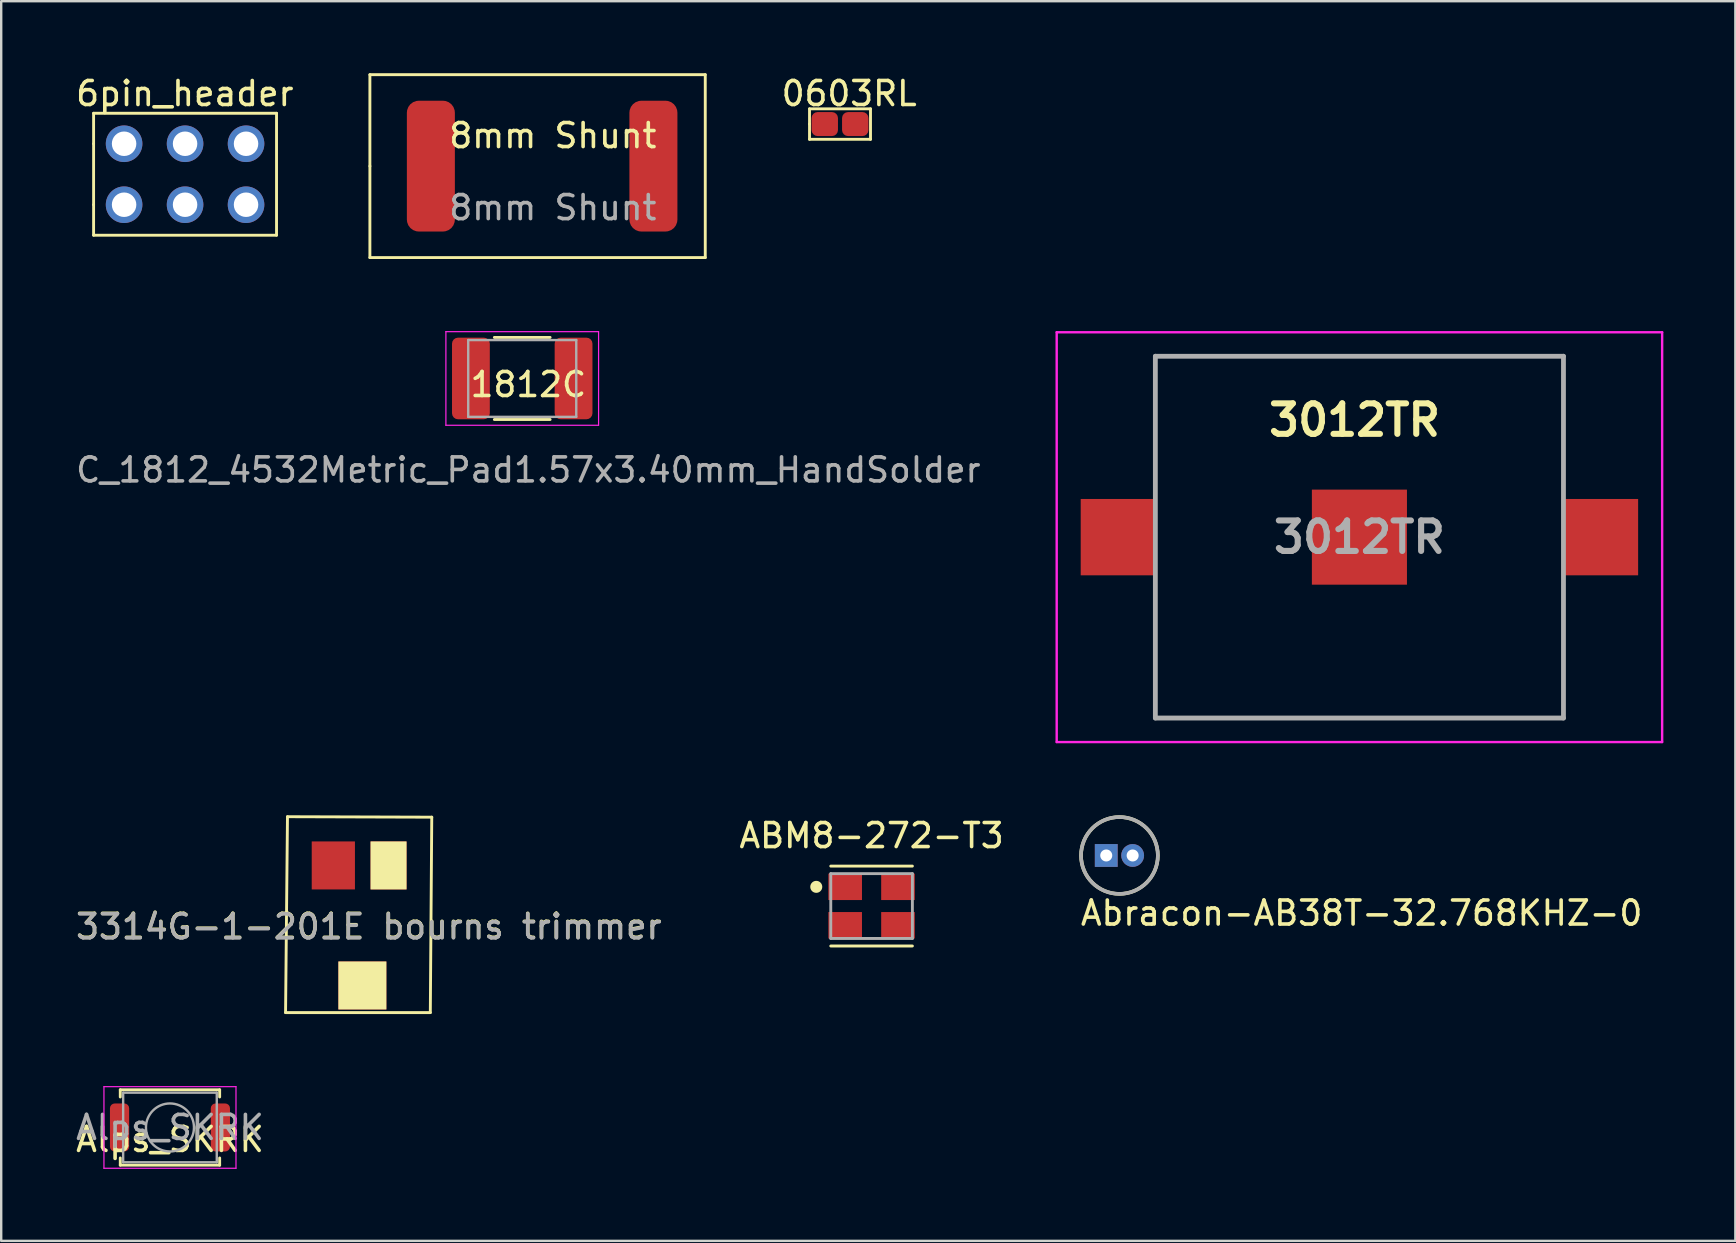
<source format=kicad_pcb>
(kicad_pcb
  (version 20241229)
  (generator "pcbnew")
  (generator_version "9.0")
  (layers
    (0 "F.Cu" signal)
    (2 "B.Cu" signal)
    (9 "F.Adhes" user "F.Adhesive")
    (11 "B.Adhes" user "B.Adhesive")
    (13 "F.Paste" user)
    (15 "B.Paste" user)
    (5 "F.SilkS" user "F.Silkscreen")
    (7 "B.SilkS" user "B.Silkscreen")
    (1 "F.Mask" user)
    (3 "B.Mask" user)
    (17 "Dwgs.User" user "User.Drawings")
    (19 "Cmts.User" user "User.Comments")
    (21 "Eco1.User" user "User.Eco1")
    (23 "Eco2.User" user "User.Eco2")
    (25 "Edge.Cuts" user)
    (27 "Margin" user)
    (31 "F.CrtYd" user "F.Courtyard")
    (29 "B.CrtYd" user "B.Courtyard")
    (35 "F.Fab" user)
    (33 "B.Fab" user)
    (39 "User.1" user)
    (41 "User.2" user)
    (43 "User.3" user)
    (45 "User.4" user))
  (footprint "Abracon-AB38T-32.768KHZ-0"
    (layer "F.Cu")
    (at 43.581 32.585)
    (property "Reference" "Abracon-AB38T-32.768KHZ-0" (at -1.7 2.4 0) (layer "F.SilkS") (effects (font (size 1 1) (thickness 0.15)) (justify left)))
    (fp_circle (center 0 0) (end 1.6 0) (stroke (width 0.15) (type solid)) (fill no) (layer "F.SilkS"))
    (fp_circle (center 0 0) (end 1.6 0) (stroke (width 0.15) (type solid)) (fill no) (layer "F.Fab"))
    (pad "1" thru_hole rect (at -0.55 0) (size 0.95 0.95) (drill 0.5) (layers "*.Cu" "*.Mask"))
    (pad "2" thru_hole circle (at 0.55 0) (size 0.95 0.95) (drill 0.5) (layers "*.Cu" "*.Mask")))
  (footprint "ABM8-272-T3"
    (layer "F.Cu")
    (at 33.256 34.692)
    (property "Reference" "ABM8-272-T3" (at 0 -2.934 0) (layer "F.SilkS") (effects (font (size 1 1) (thickness 0.15))))
    (attr smd)
    (fp_line (start -1.7 -1.664) (end 1.7 -1.664) (stroke (width 0.12) (type solid)) (layer "F.SilkS"))
    (fp_line (start 1.7 1.664) (end -1.7 1.664) (stroke (width 0.12) (type solid)) (layer "F.SilkS"))
    (fp_circle (center -2.304 -0.8) (end -2.054 -0.8) (stroke (width 0) (type solid)) (fill yes) (layer "F.SilkS"))
    (fp_line (start -1.7 -1.35) (end 1.7 -1.35) (stroke (width 0.12) (type solid)) (layer "F.Fab"))
    (fp_line (start -1.7 1.35) (end -1.7 -1.35) (stroke (width 0.12) (type solid)) (layer "F.Fab"))
    (fp_line (start 1.7 -1.35) (end 1.7 1.35) (stroke (width 0.12) (type solid)) (layer "F.Fab"))
    (fp_line (start 1.7 1.35) (end -1.7 1.35) (stroke (width 0.12) (type solid)) (layer "F.Fab"))
    (pad "1" smd rect (at -1.1 -0.8) (size 1.4 1.1) (layers "F.Cu" "F.Mask" "F.Paste"))
    (pad "2" smd rect (at -1.1 0.8) (size 1.4 1.1) (layers "F.Cu" "F.Mask" "F.Paste"))
    (pad "3" smd rect (at 1.1 0.8) (size 1.4 1.1) (layers "F.Cu" "F.Mask" "F.Paste"))
    (pad "4" smd rect (at 1.1 -0.8) (size 1.4 1.1) (layers "F.Cu" "F.Mask" "F.Paste")))
  (footprint "3314G-1-201E bourns trimmer"
    (layer "F.Cu")
    (at 10.835 33)
    (property "Reference" "3314G-1-201E bourns trimmer" (at 1.48 2.54 0) (unlocked yes) (layer "F.SilkS") (effects (font (size 1 1) (thickness 0.15))))
    (fp_line (start -1.99 6.13) (end -1.91 -2.03) (stroke (width 0.12) (type solid)) (layer "F.SilkS"))
    (fp_line (start -1.91 -2.03) (end 4.1 -2.01) (stroke (width 0.12) (type solid)) (layer "F.SilkS"))
    (fp_line (start 4.04 6.13) (end -1.99 6.13) (stroke (width 0.12) (type solid)) (layer "F.SilkS"))
    (fp_line (start 4.1 -2.01) (end 4.04 6.13) (stroke (width 0.12) (type solid)) (layer "F.SilkS"))
    (fp_text user "${REFERENCE}" (at 1.48 2.56 0) (unlocked yes) (layer "F.Fab") (effects (font (size 1 1) (thickness 0.15))))
    (pad "1" smd rect (at 0 0) (size 1.8 2) (layers "F.Cu" "F.Mask" "F.Paste"))
    (pad "2" smd rect (at 1.21 5) (size 2 2) (layers "F.Cu" "F.Mask" "F.SilkS" "F.Paste"))
    (pad "3" smd rect (at 2.3 0) (size 1.5 2) (layers "F.Cu" "F.Mask" "F.SilkS" "F.Paste")))
  (footprint "Alps_SKRK"
    (layer "F.Cu")
    (at 4.03 43.915)
    (property "Reference" "Alps_SKRK" (at 0 0.5 0) (layer "F.SilkS") (effects (font (size 1 1) (thickness 0.15))))
    (fp_line (start -2.07 -1.57) (end 2.07 -1.57) (stroke (width 0.12) (type solid)) (layer "F.SilkS"))
    (fp_line (start -2.07 -1.27) (end -2.07 -1.57) (stroke (width 0.12) (type solid)) (layer "F.SilkS"))
    (fp_line (start -2.07 1.57) (end -2.07 1.27) (stroke (width 0.12) (type solid)) (layer "F.SilkS"))
    (fp_line (start 2.07 -1.57) (end 2.07 -1.27) (stroke (width 0.12) (type solid)) (layer "F.SilkS"))
    (fp_line (start 2.07 1.27) (end 2.07 1.57) (stroke (width 0.12) (type solid)) (layer "F.SilkS"))
    (fp_line (start 2.07 1.57) (end -2.07 1.57) (stroke (width 0.12) (type solid)) (layer "F.SilkS"))
    (fp_line (start -2.75 -1.7) (end 2.75 -1.7) (stroke (width 0.05) (type solid)) (layer "F.CrtYd"))
    (fp_line (start -2.75 1.7) (end -2.75 -1.7) (stroke (width 0.05) (type solid)) (layer "F.CrtYd"))
    (fp_line (start 2.75 -1.7) (end 2.75 1.7) (stroke (width 0.05) (type solid)) (layer "F.CrtYd"))
    (fp_line (start 2.75 1.7) (end -2.75 1.7) (stroke (width 0.05) (type solid)) (layer "F.CrtYd"))
    (fp_line (start -1.95 -1.45) (end 1.95 -1.45) (stroke (width 0.1) (type solid)) (layer "F.Fab"))
    (fp_line (start -1.95 1.45) (end -1.95 -1.45) (stroke (width 0.1) (type solid)) (layer "F.Fab"))
    (fp_line (start 1.95 -1.45) (end 1.95 1.45) (stroke (width 0.1) (type solid)) (layer "F.Fab"))
    (fp_line (start 1.95 1.45) (end -1.95 1.45) (stroke (width 0.1) (type solid)) (layer "F.Fab"))
    (fp_circle (center 0 0) (end 1 0) (stroke (width 0.1) (type solid)) (fill no) (layer "F.Fab"))
    (fp_text user "${REFERENCE}" (at 0 0 0) (layer "F.Fab") (effects (font (size 1 1) (thickness 0.15))))
    (pad "1" smd roundrect (at -2.1 0) (size 0.8 2) (layers "F.Cu" "F.Mask" "F.Paste") (roundrect_rratio 0.25))
    (pad "2" smd roundrect (at 2.1 0) (size 0.8 2) (layers "F.Cu" "F.Mask" "F.Paste") (roundrect_rratio 0.25)))
  (footprint "3012TR"
    (layer "F.Cu")
    (at 53.577 19.325)
    (property "Reference" "3012TR" (at -0.203 -4.877 0) (layer "F.SilkS") (effects (font (size 1.27 1.27) (thickness 0.254))))
    (attr smd)
    (fp_line (start -8.5 -7.535) (end 8.5 -7.535) (stroke (width 0.1) (type solid)) (layer "F.SilkS"))
    (fp_line (start -8.5 -2.5) (end -8.5 -7.535) (stroke (width 0.1) (type solid)) (layer "F.SilkS"))
    (fp_line (start -8.5 2.5) (end -8.5 7.535) (stroke (width 0.1) (type solid)) (layer "F.SilkS"))
    (fp_line (start -8.5 7.535) (end 8.5 7.535) (stroke (width 0.1) (type solid)) (layer "F.SilkS"))
    (fp_line (start 8.5 -7.535) (end 8.5 -2.5) (stroke (width 0.1) (type solid)) (layer "F.SilkS"))
    (fp_line (start 8.5 7.535) (end 8.5 2.5) (stroke (width 0.1) (type solid)) (layer "F.SilkS"))
    (fp_line (start -12.61 -8.535) (end 12.61 -8.535) (stroke (width 0.1) (type solid)) (layer "F.CrtYd"))
    (fp_line (start -12.61 8.535) (end -12.61 -8.535) (stroke (width 0.1) (type solid)) (layer "F.CrtYd"))
    (fp_line (start 12.61 -8.535) (end 12.61 8.535) (stroke (width 0.1) (type solid)) (layer "F.CrtYd"))
    (fp_line (start 12.61 8.535) (end -12.61 8.535) (stroke (width 0.1) (type solid)) (layer "F.CrtYd"))
    (fp_line (start -8.5 -7.535) (end 8.5 -7.535) (stroke (width 0.2) (type solid)) (layer "F.Fab"))
    (fp_line (start -8.5 7.535) (end -8.5 -7.535) (stroke (width 0.2) (type solid)) (layer "F.Fab"))
    (fp_line (start 8.5 -7.535) (end 8.5 7.535) (stroke (width 0.2) (type solid)) (layer "F.Fab"))
    (fp_line (start 8.5 7.535) (end -8.5 7.535) (stroke (width 0.2) (type solid)) (layer "F.Fab"))
    (fp_text user "${REFERENCE}" (at 0 0 0) (layer "F.Fab") (effects (font (size 1.27 1.27) (thickness 0.254))))
    (pad "1" smd rect (at -10.02 0 90) (size 3.18 3.18) (layers "F.Cu" "F.Mask" "F.Paste"))
    (pad "1" smd rect (at 10.02 0 90) (size 3.18 3.18) (layers "F.Cu" "F.Mask" "F.Paste"))
    (pad "2" smd rect (at 0 0 90) (size 3.96 3.96) (layers "F.Cu" "F.Mask" "F.Paste")))
  (footprint "0603RL"
    (layer "F.Cu")
    (at 31.946 2.118)
    (property "Reference" "0603RL" (at 0.376 -1.27 0) (layer "F.SilkS") (effects (font (size 1 1) (thickness 0.15))))
    (fp_line (start -1.275 -0.635) (end 1.265 -0.635) (stroke (width 0.12) (type solid)) (layer "F.SilkS"))
    (fp_line (start -1.275 0) (end -1.275 -0.635) (stroke (width 0.12) (type solid)) (layer "F.SilkS"))
    (fp_line (start -1.275 0.635) (end -1.275 0) (stroke (width 0.12) (type solid)) (layer "F.SilkS"))
    (fp_line (start 1.265 -0.635) (end 1.265 0.635) (stroke (width 0.12) (type solid)) (layer "F.SilkS"))
    (fp_line (start 1.265 0.635) (end -1.275 0.635) (stroke (width 0.12) (type solid)) (layer "F.SilkS"))
    (pad "1" smd roundrect (at -0.64 0 90) (size 1 1.1) (layers "F.Cu" "F.Mask" "F.Paste") (roundrect_rratio 0.25))
    (pad "2" smd roundrect (at 0.63 0 90) (size 1 1.1) (layers "F.Cu" "F.Mask" "F.Paste") (roundrect_rratio 0.25)))
  (footprint "6pin_header"
    (layer "F.Cu")
    (at 4.659 4.208)
    (property "Reference" "6pin_header" (at -0.01 -3.36 0) (layer "F.SilkS") (effects (font (size 1 1) (thickness 0.15))))
    (attr through_hole)
    (fp_line (start -3.81 -2.54) (end 3.81 -2.54) (stroke (width 0.12) (type solid)) (layer "F.SilkS"))
    (fp_line (start -3.81 -1.27) (end -3.81 -2.54) (stroke (width 0.12) (type solid)) (layer "F.SilkS"))
    (fp_line (start -3.81 1.27) (end -3.81 -1.27) (stroke (width 0.12) (type solid)) (layer "F.SilkS"))
    (fp_line (start -3.81 2.54) (end -3.81 1.27) (stroke (width 0.12) (type solid)) (layer "F.SilkS"))
    (fp_line (start 3.81 -2.54) (end 3.81 2.54) (stroke (width 0.12) (type solid)) (layer "F.SilkS"))
    (fp_line (start 3.81 2.54) (end -3.81 2.54) (stroke (width 0.12) (type solid)) (layer "F.SilkS"))
    (pad "1" thru_hole circle (at -2.54 -1.27) (size 1.524 1.524) (drill 1.02) (layers "*.Cu" "*.Mask"))
    (pad "2" thru_hole circle (at 0 -1.27) (size 1.524 1.524) (drill 1.02) (layers "*.Cu" "*.Mask"))
    (pad "3" thru_hole circle (at 2.54 -1.27) (size 1.524 1.524) (drill 1.02) (layers "*.Cu" "*.Mask"))
    (pad "4" thru_hole circle (at -2.54 1.27) (size 1.524 1.524) (drill 1.02) (layers "*.Cu" "*.Mask"))
    (pad "5" thru_hole circle (at 0 1.27) (size 1.524 1.524) (drill 1.02) (layers "*.Cu" "*.Mask"))
    (pad "6" thru_hole circle (at 2.54 1.27) (size 1.524 1.524) (drill 1.02) (layers "*.Cu" "*.Mask")))
  (footprint "1812C"
    (layer "F.Cu")
    (at 18.704 12.715)
    (property "Reference" "1812C" (at 0.254 0.254 0) (layer "F.SilkS") (effects (font (size 1 1) (thickness 0.15))))
    (fp_line (start -1.161 -1.71) (end 1.161 -1.71) (stroke (width 0.12) (type solid)) (layer "F.SilkS"))
    (fp_line (start -1.161 1.71) (end 1.161 1.71) (stroke (width 0.12) (type solid)) (layer "F.SilkS"))
    (fp_line (start -3.18 -1.95) (end 3.18 -1.95) (stroke (width 0.05) (type solid)) (layer "F.CrtYd"))
    (fp_line (start -3.18 1.95) (end -3.18 -1.95) (stroke (width 0.05) (type solid)) (layer "F.CrtYd"))
    (fp_line (start 3.18 -1.95) (end 3.18 1.95) (stroke (width 0.05) (type solid)) (layer "F.CrtYd"))
    (fp_line (start 3.18 1.95) (end -3.18 1.95) (stroke (width 0.05) (type solid)) (layer "F.CrtYd"))
    (fp_line (start -2.25 -1.6) (end 2.25 -1.6) (stroke (width 0.1) (type solid)) (layer "F.Fab"))
    (fp_line (start -2.25 1.6) (end -2.25 -1.6) (stroke (width 0.1) (type solid)) (layer "F.Fab"))
    (fp_line (start 2.25 -1.6) (end 2.25 1.6) (stroke (width 0.1) (type solid)) (layer "F.Fab"))
    (fp_line (start 2.25 1.6) (end -2.25 1.6) (stroke (width 0.1) (type solid)) (layer "F.Fab"))
    (fp_text user "C_1812_4532Metric_Pad1.57x3.40mm_HandSolder" (at 0.254 3.81 0) (layer "F.Fab") (effects (font (size 1 1) (thickness 0.15))))
    (pad "1" smd roundrect (at -2.138 0) (size 1.575 3.4) (layers "F.Cu" "F.Mask" "F.Paste") (roundrect_rratio 0.159))
    (pad "2" smd roundrect (at 2.138 0) (size 1.575 3.4) (layers "F.Cu" "F.Mask" "F.Paste") (roundrect_rratio 0.159)))
  (footprint "8mm Shunt"
    (layer "F.Cu")
    (at 14.898 3.87)
    (property "Reference" "8mm Shunt" (at 5.08 -1.27 0) (unlocked yes) (layer "F.SilkS") (effects (font (size 1 1) (thickness 0.15))))
    (attr smd)
    (fp_line (start -2.54 -3.81) (end 11.43 -3.81) (stroke (width 0.12) (type default)) (layer "F.SilkS"))
    (fp_line (start -2.54 0) (end -2.54 -3.81) (stroke (width 0.12) (type default)) (layer "F.SilkS"))
    (fp_line (start -2.54 3.81) (end -2.54 0) (stroke (width 0.12) (type default)) (layer "F.SilkS"))
    (fp_line (start 11.43 -3.81) (end 11.43 3.81) (stroke (width 0.12) (type default)) (layer "F.SilkS"))
    (fp_line (start 11.43 3.81) (end -2.54 3.81) (stroke (width 0.12) (type default)) (layer "F.SilkS"))
    (fp_text user "${REFERENCE}" (at 5.08 1.73 0) (unlocked yes) (layer "F.Fab") (effects (font (size 1 1) (thickness 0.15))))
    (pad "1" smd roundrect (at 0 0) (size 2 5.45) (layers "F.Cu" "F.Mask" "F.Paste") (roundrect_rratio 0.25))
    (pad "2" smd roundrect (at 9.27 0) (size 2 5.45) (layers "F.Cu" "F.Mask" "F.Paste") (roundrect_rratio 0.25)))
  (gr_rect
    (start -3 -3)
    (end 69.237 48.64)
    (stroke (width 0.1) (type default))
    (fill no)
    (layer "Edge.Cuts")))
</source>
